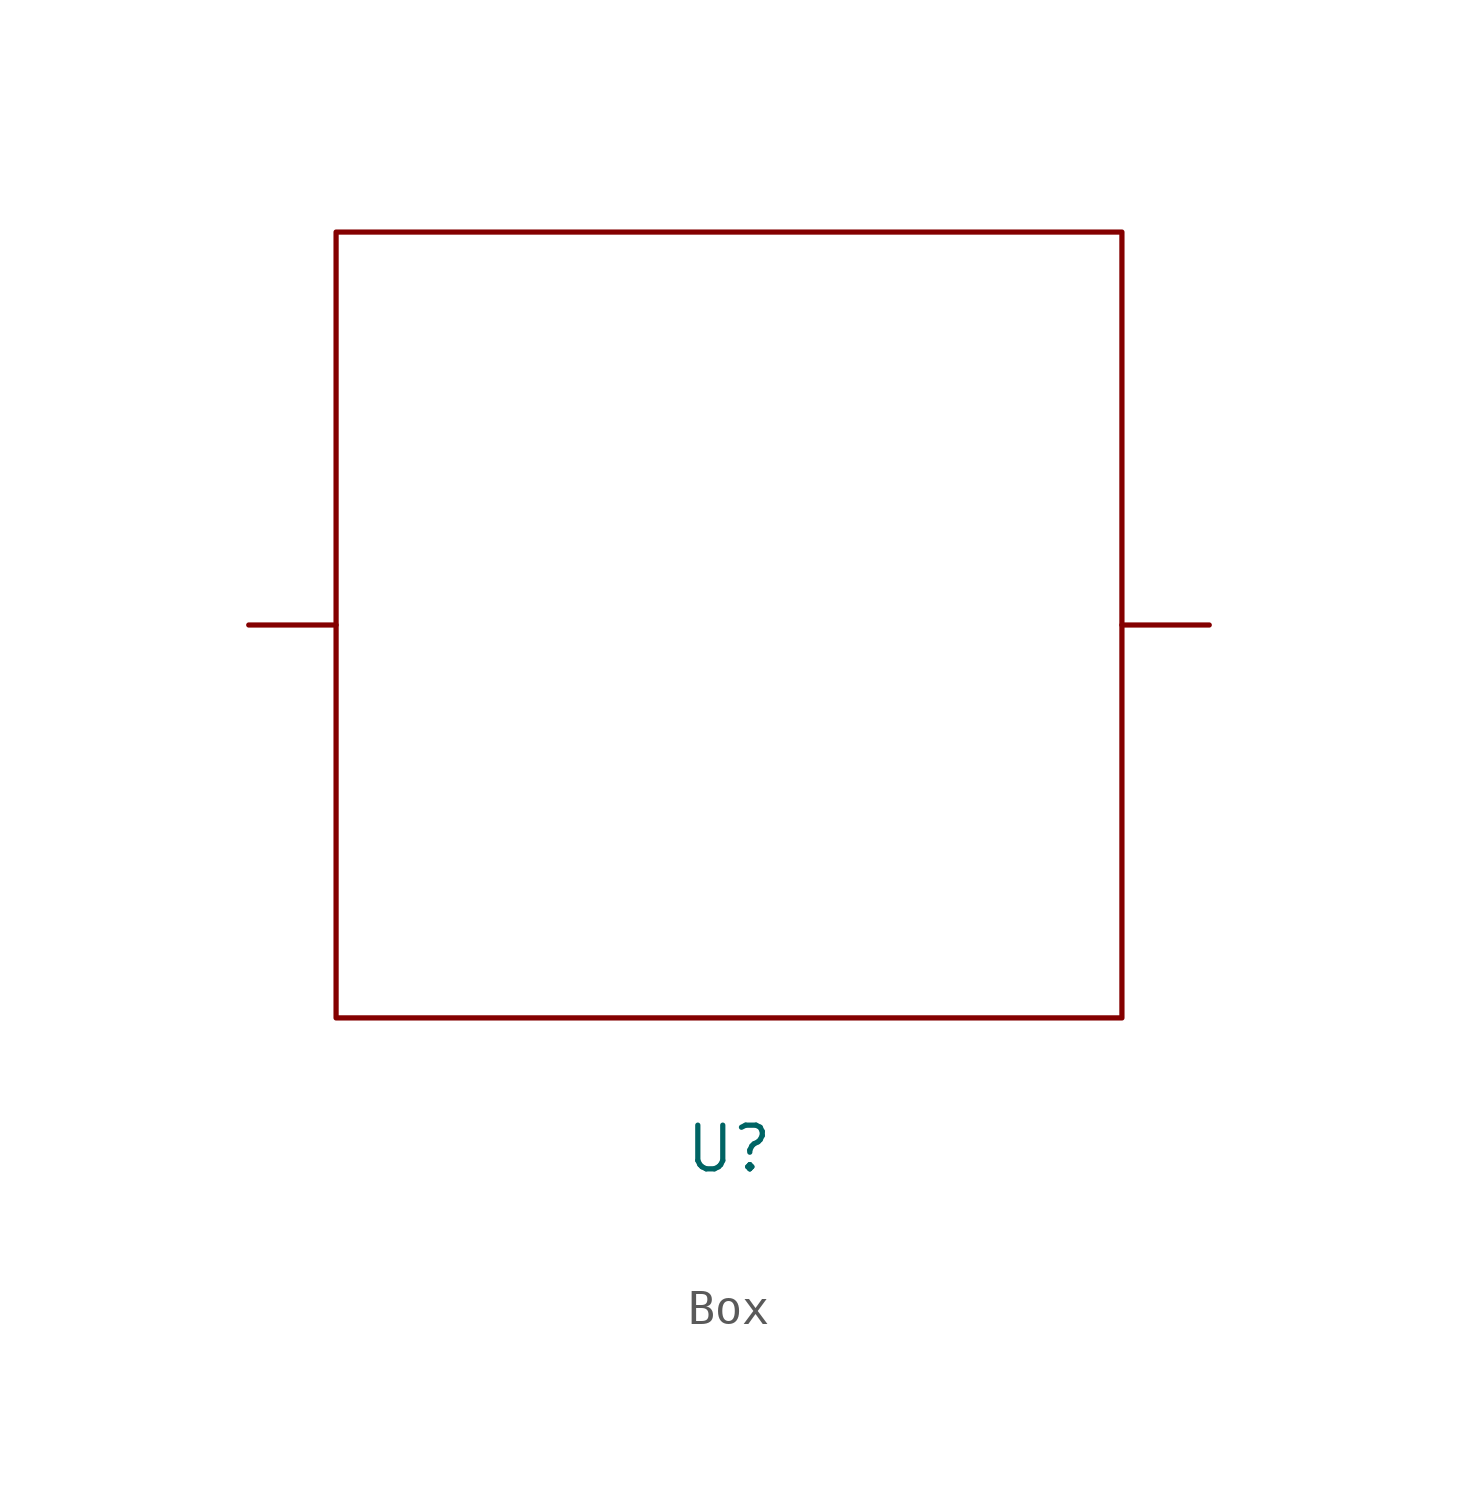
<source format=kicad_sym>
(kicad_symbol_lib
  (version 20220914)
  (generator kicad_symbol_editor)
  (symbol "Box"
    (property "Reference" "U"
      (at 0 0 0)
      (effects (font (size 1.27 1.27))))
    (property "Value" ""
      (at 0 0 0)
      (effects (font (size 1.27 1.27))))
    (symbol "Box_0_1"
      (rectangle (start -11.43 26.67) (end 11.43 3.81) (stroke (width 0) (type default)) (fill (type none))))
    (symbol "Box_1_1"
      (pin input line (at -13.97 15.24 0) (length 2.54) (name "" (effects (font (size 1.27 1.27)))) (number "" (effects (font (size 1.27 1.27)))))
      (pin output line (at 13.97 15.24 180) (length 2.54) (name "" (effects (font (size 1.27 1.27)))) (number "" (effects (font (size 1.27 1.27))))))))
</source>
